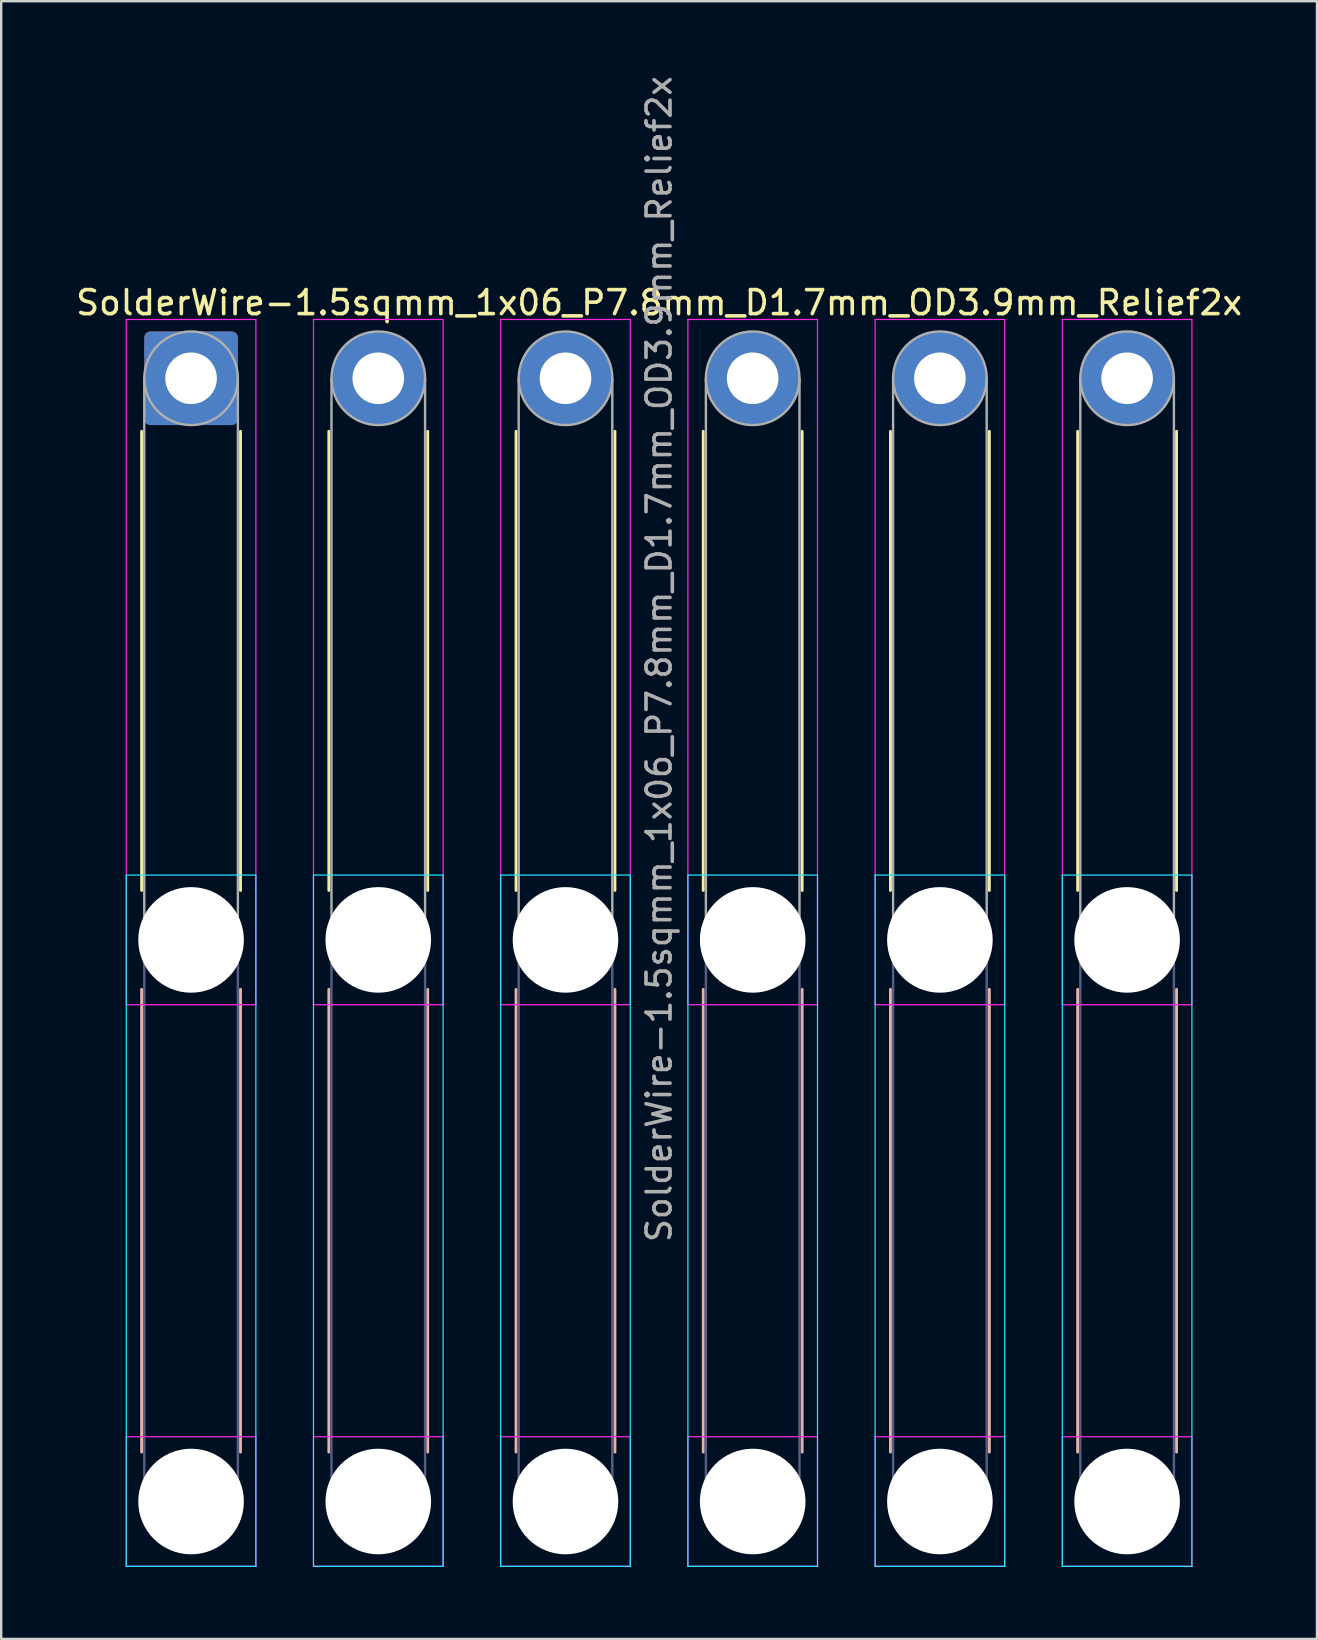
<source format=kicad_pcb>
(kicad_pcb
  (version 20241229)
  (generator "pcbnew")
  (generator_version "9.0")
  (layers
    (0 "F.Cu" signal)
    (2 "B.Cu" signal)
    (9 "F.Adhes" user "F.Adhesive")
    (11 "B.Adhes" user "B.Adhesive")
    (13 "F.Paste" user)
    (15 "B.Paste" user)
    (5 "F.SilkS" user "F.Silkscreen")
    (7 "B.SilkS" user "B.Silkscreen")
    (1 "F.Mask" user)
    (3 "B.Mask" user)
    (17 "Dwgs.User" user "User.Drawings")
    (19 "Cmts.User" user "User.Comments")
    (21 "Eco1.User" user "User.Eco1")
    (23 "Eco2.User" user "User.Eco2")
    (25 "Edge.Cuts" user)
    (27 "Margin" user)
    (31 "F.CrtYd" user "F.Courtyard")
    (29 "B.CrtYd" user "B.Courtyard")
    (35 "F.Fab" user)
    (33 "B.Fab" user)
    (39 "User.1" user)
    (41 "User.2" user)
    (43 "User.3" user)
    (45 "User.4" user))
  (footprint "SolderWire-1.5sqmm_1x06_P7.8mm_D1.7mm_OD3.9mm_Relief2x"
    (layer "F.Cu")
    (at 4.911 12.711)
    (property "Reference" "SolderWire-1.5sqmm_1x06_P7.8mm_D1.7mm_OD3.9mm_Relief2x" (at 19.5 -3.15 0) (layer "F.SilkS") (effects (font (size 1 1) (thickness 0.15))))
    (attr exclude_from_pos_files exclude_from_bom)
    (fp_line (start -2.06 2.21) (end -2.06 21.34) (stroke (width 0.12) (type solid)) (layer "F.SilkS"))
    (fp_line (start 2.06 2.21) (end 2.06 21.34) (stroke (width 0.12) (type solid)) (layer "F.SilkS"))
    (fp_line (start 5.74 2.21) (end 5.74 21.34) (stroke (width 0.12) (type solid)) (layer "F.SilkS"))
    (fp_line (start 9.86 2.21) (end 9.86 21.34) (stroke (width 0.12) (type solid)) (layer "F.SilkS"))
    (fp_line (start 13.54 2.21) (end 13.54 21.34) (stroke (width 0.12) (type solid)) (layer "F.SilkS"))
    (fp_line (start 17.66 2.21) (end 17.66 21.34) (stroke (width 0.12) (type solid)) (layer "F.SilkS"))
    (fp_line (start 21.34 2.21) (end 21.34 21.34) (stroke (width 0.12) (type solid)) (layer "F.SilkS"))
    (fp_line (start 25.46 2.21) (end 25.46 21.34) (stroke (width 0.12) (type solid)) (layer "F.SilkS"))
    (fp_line (start 29.14 2.21) (end 29.14 21.34) (stroke (width 0.12) (type solid)) (layer "F.SilkS"))
    (fp_line (start 33.26 2.21) (end 33.26 21.34) (stroke (width 0.12) (type solid)) (layer "F.SilkS"))
    (fp_line (start 36.94 2.21) (end 36.94 21.34) (stroke (width 0.12) (type solid)) (layer "F.SilkS"))
    (fp_line (start 41.06 2.21) (end 41.06 21.34) (stroke (width 0.12) (type solid)) (layer "F.SilkS"))
    (fp_line (start -2.06 25.46) (end -2.06 44.74) (stroke (width 0.12) (type solid)) (layer "B.SilkS"))
    (fp_line (start 2.06 25.46) (end 2.06 44.74) (stroke (width 0.12) (type solid)) (layer "B.SilkS"))
    (fp_line (start 5.74 25.46) (end 5.74 44.74) (stroke (width 0.12) (type solid)) (layer "B.SilkS"))
    (fp_line (start 9.86 25.46) (end 9.86 44.74) (stroke (width 0.12) (type solid)) (layer "B.SilkS"))
    (fp_line (start 13.54 25.46) (end 13.54 44.74) (stroke (width 0.12) (type solid)) (layer "B.SilkS"))
    (fp_line (start 17.66 25.46) (end 17.66 44.74) (stroke (width 0.12) (type solid)) (layer "B.SilkS"))
    (fp_line (start 21.34 25.46) (end 21.34 44.74) (stroke (width 0.12) (type solid)) (layer "B.SilkS"))
    (fp_line (start 25.46 25.46) (end 25.46 44.74) (stroke (width 0.12) (type solid)) (layer "B.SilkS"))
    (fp_line (start 29.14 25.46) (end 29.14 44.74) (stroke (width 0.12) (type solid)) (layer "B.SilkS"))
    (fp_line (start 33.26 25.46) (end 33.26 44.74) (stroke (width 0.12) (type solid)) (layer "B.SilkS"))
    (fp_line (start 36.94 25.46) (end 36.94 44.74) (stroke (width 0.12) (type solid)) (layer "B.SilkS"))
    (fp_line (start 41.06 25.46) (end 41.06 44.74) (stroke (width 0.12) (type solid)) (layer "B.SilkS"))
    (fp_line (start -2.7 20.7) (end -2.7 49.5) (stroke (width 0.05) (type solid)) (layer "B.CrtYd"))
    (fp_line (start -2.7 49.5) (end 2.7 49.5) (stroke (width 0.05) (type solid)) (layer "B.CrtYd"))
    (fp_line (start 2.7 20.7) (end -2.7 20.7) (stroke (width 0.05) (type solid)) (layer "B.CrtYd"))
    (fp_line (start 2.7 49.5) (end 2.7 20.7) (stroke (width 0.05) (type solid)) (layer "B.CrtYd"))
    (fp_line (start 5.1 20.7) (end 5.1 49.5) (stroke (width 0.05) (type solid)) (layer "B.CrtYd"))
    (fp_line (start 5.1 49.5) (end 10.5 49.5) (stroke (width 0.05) (type solid)) (layer "B.CrtYd"))
    (fp_line (start 10.5 20.7) (end 5.1 20.7) (stroke (width 0.05) (type solid)) (layer "B.CrtYd"))
    (fp_line (start 10.5 49.5) (end 10.5 20.7) (stroke (width 0.05) (type solid)) (layer "B.CrtYd"))
    (fp_line (start 12.9 20.7) (end 12.9 49.5) (stroke (width 0.05) (type solid)) (layer "B.CrtYd"))
    (fp_line (start 12.9 49.5) (end 18.3 49.5) (stroke (width 0.05) (type solid)) (layer "B.CrtYd"))
    (fp_line (start 18.3 20.7) (end 12.9 20.7) (stroke (width 0.05) (type solid)) (layer "B.CrtYd"))
    (fp_line (start 18.3 49.5) (end 18.3 20.7) (stroke (width 0.05) (type solid)) (layer "B.CrtYd"))
    (fp_line (start 20.7 20.7) (end 20.7 49.5) (stroke (width 0.05) (type solid)) (layer "B.CrtYd"))
    (fp_line (start 20.7 49.5) (end 26.1 49.5) (stroke (width 0.05) (type solid)) (layer "B.CrtYd"))
    (fp_line (start 26.1 20.7) (end 20.7 20.7) (stroke (width 0.05) (type solid)) (layer "B.CrtYd"))
    (fp_line (start 26.1 49.5) (end 26.1 20.7) (stroke (width 0.05) (type solid)) (layer "B.CrtYd"))
    (fp_line (start 28.5 20.7) (end 28.5 49.5) (stroke (width 0.05) (type solid)) (layer "B.CrtYd"))
    (fp_line (start 28.5 49.5) (end 33.9 49.5) (stroke (width 0.05) (type solid)) (layer "B.CrtYd"))
    (fp_line (start 33.9 20.7) (end 28.5 20.7) (stroke (width 0.05) (type solid)) (layer "B.CrtYd"))
    (fp_line (start 33.9 49.5) (end 33.9 20.7) (stroke (width 0.05) (type solid)) (layer "B.CrtYd"))
    (fp_line (start 36.3 20.7) (end 36.3 49.5) (stroke (width 0.05) (type solid)) (layer "B.CrtYd"))
    (fp_line (start 36.3 49.5) (end 41.7 49.5) (stroke (width 0.05) (type solid)) (layer "B.CrtYd"))
    (fp_line (start 41.7 20.7) (end 36.3 20.7) (stroke (width 0.05) (type solid)) (layer "B.CrtYd"))
    (fp_line (start 41.7 49.5) (end 41.7 20.7) (stroke (width 0.05) (type solid)) (layer "B.CrtYd"))
    (fp_line (start -2.7 -2.45) (end -2.7 26.1) (stroke (width 0.05) (type solid)) (layer "F.CrtYd"))
    (fp_line (start -2.7 26.1) (end 2.7 26.1) (stroke (width 0.05) (type solid)) (layer "F.CrtYd"))
    (fp_line (start -2.7 44.1) (end -2.7 49.5) (stroke (width 0.05) (type solid)) (layer "F.CrtYd"))
    (fp_line (start -2.7 49.5) (end 2.7 49.5) (stroke (width 0.05) (type solid)) (layer "F.CrtYd"))
    (fp_line (start 2.7 -2.45) (end -2.7 -2.45) (stroke (width 0.05) (type solid)) (layer "F.CrtYd"))
    (fp_line (start 2.7 26.1) (end 2.7 -2.45) (stroke (width 0.05) (type solid)) (layer "F.CrtYd"))
    (fp_line (start 2.7 44.1) (end -2.7 44.1) (stroke (width 0.05) (type solid)) (layer "F.CrtYd"))
    (fp_line (start 2.7 49.5) (end 2.7 44.1) (stroke (width 0.05) (type solid)) (layer "F.CrtYd"))
    (fp_line (start 5.1 -2.45) (end 5.1 26.1) (stroke (width 0.05) (type solid)) (layer "F.CrtYd"))
    (fp_line (start 5.1 26.1) (end 10.5 26.1) (stroke (width 0.05) (type solid)) (layer "F.CrtYd"))
    (fp_line (start 5.1 44.1) (end 5.1 49.5) (stroke (width 0.05) (type solid)) (layer "F.CrtYd"))
    (fp_line (start 5.1 49.5) (end 10.5 49.5) (stroke (width 0.05) (type solid)) (layer "F.CrtYd"))
    (fp_line (start 10.5 -2.45) (end 5.1 -2.45) (stroke (width 0.05) (type solid)) (layer "F.CrtYd"))
    (fp_line (start 10.5 26.1) (end 10.5 -2.45) (stroke (width 0.05) (type solid)) (layer "F.CrtYd"))
    (fp_line (start 10.5 44.1) (end 5.1 44.1) (stroke (width 0.05) (type solid)) (layer "F.CrtYd"))
    (fp_line (start 10.5 49.5) (end 10.5 44.1) (stroke (width 0.05) (type solid)) (layer "F.CrtYd"))
    (fp_line (start 12.9 -2.45) (end 12.9 26.1) (stroke (width 0.05) (type solid)) (layer "F.CrtYd"))
    (fp_line (start 12.9 26.1) (end 18.3 26.1) (stroke (width 0.05) (type solid)) (layer "F.CrtYd"))
    (fp_line (start 12.9 44.1) (end 12.9 49.5) (stroke (width 0.05) (type solid)) (layer "F.CrtYd"))
    (fp_line (start 12.9 49.5) (end 18.3 49.5) (stroke (width 0.05) (type solid)) (layer "F.CrtYd"))
    (fp_line (start 18.3 -2.45) (end 12.9 -2.45) (stroke (width 0.05) (type solid)) (layer "F.CrtYd"))
    (fp_line (start 18.3 26.1) (end 18.3 -2.45) (stroke (width 0.05) (type solid)) (layer "F.CrtYd"))
    (fp_line (start 18.3 44.1) (end 12.9 44.1) (stroke (width 0.05) (type solid)) (layer "F.CrtYd"))
    (fp_line (start 18.3 49.5) (end 18.3 44.1) (stroke (width 0.05) (type solid)) (layer "F.CrtYd"))
    (fp_line (start 20.7 -2.45) (end 20.7 26.1) (stroke (width 0.05) (type solid)) (layer "F.CrtYd"))
    (fp_line (start 20.7 26.1) (end 26.1 26.1) (stroke (width 0.05) (type solid)) (layer "F.CrtYd"))
    (fp_line (start 20.7 44.1) (end 20.7 49.5) (stroke (width 0.05) (type solid)) (layer "F.CrtYd"))
    (fp_line (start 20.7 49.5) (end 26.1 49.5) (stroke (width 0.05) (type solid)) (layer "F.CrtYd"))
    (fp_line (start 26.1 -2.45) (end 20.7 -2.45) (stroke (width 0.05) (type solid)) (layer "F.CrtYd"))
    (fp_line (start 26.1 26.1) (end 26.1 -2.45) (stroke (width 0.05) (type solid)) (layer "F.CrtYd"))
    (fp_line (start 26.1 44.1) (end 20.7 44.1) (stroke (width 0.05) (type solid)) (layer "F.CrtYd"))
    (fp_line (start 26.1 49.5) (end 26.1 44.1) (stroke (width 0.05) (type solid)) (layer "F.CrtYd"))
    (fp_line (start 28.5 -2.45) (end 28.5 26.1) (stroke (width 0.05) (type solid)) (layer "F.CrtYd"))
    (fp_line (start 28.5 26.1) (end 33.9 26.1) (stroke (width 0.05) (type solid)) (layer "F.CrtYd"))
    (fp_line (start 28.5 44.1) (end 28.5 49.5) (stroke (width 0.05) (type solid)) (layer "F.CrtYd"))
    (fp_line (start 28.5 49.5) (end 33.9 49.5) (stroke (width 0.05) (type solid)) (layer "F.CrtYd"))
    (fp_line (start 33.9 -2.45) (end 28.5 -2.45) (stroke (width 0.05) (type solid)) (layer "F.CrtYd"))
    (fp_line (start 33.9 26.1) (end 33.9 -2.45) (stroke (width 0.05) (type solid)) (layer "F.CrtYd"))
    (fp_line (start 33.9 44.1) (end 28.5 44.1) (stroke (width 0.05) (type solid)) (layer "F.CrtYd"))
    (fp_line (start 33.9 49.5) (end 33.9 44.1) (stroke (width 0.05) (type solid)) (layer "F.CrtYd"))
    (fp_line (start 36.3 -2.45) (end 36.3 26.1) (stroke (width 0.05) (type solid)) (layer "F.CrtYd"))
    (fp_line (start 36.3 26.1) (end 41.7 26.1) (stroke (width 0.05) (type solid)) (layer "F.CrtYd"))
    (fp_line (start 36.3 44.1) (end 36.3 49.5) (stroke (width 0.05) (type solid)) (layer "F.CrtYd"))
    (fp_line (start 36.3 49.5) (end 41.7 49.5) (stroke (width 0.05) (type solid)) (layer "F.CrtYd"))
    (fp_line (start 41.7 -2.45) (end 36.3 -2.45) (stroke (width 0.05) (type solid)) (layer "F.CrtYd"))
    (fp_line (start 41.7 26.1) (end 41.7 -2.45) (stroke (width 0.05) (type solid)) (layer "F.CrtYd"))
    (fp_line (start 41.7 44.1) (end 36.3 44.1) (stroke (width 0.05) (type solid)) (layer "F.CrtYd"))
    (fp_line (start 41.7 49.5) (end 41.7 44.1) (stroke (width 0.05) (type solid)) (layer "F.CrtYd"))
    (fp_line (start -1.95 23.4) (end -1.95 46.8) (stroke (width 0.1) (type solid)) (layer "B.Fab"))
    (fp_line (start 1.95 23.4) (end 1.95 46.8) (stroke (width 0.1) (type solid)) (layer "B.Fab"))
    (fp_line (start 5.85 23.4) (end 5.85 46.8) (stroke (width 0.1) (type solid)) (layer "B.Fab"))
    (fp_line (start 9.75 23.4) (end 9.75 46.8) (stroke (width 0.1) (type solid)) (layer "B.Fab"))
    (fp_line (start 13.65 23.4) (end 13.65 46.8) (stroke (width 0.1) (type solid)) (layer "B.Fab"))
    (fp_line (start 17.55 23.4) (end 17.55 46.8) (stroke (width 0.1) (type solid)) (layer "B.Fab"))
    (fp_line (start 21.45 23.4) (end 21.45 46.8) (stroke (width 0.1) (type solid)) (layer "B.Fab"))
    (fp_line (start 25.35 23.4) (end 25.35 46.8) (stroke (width 0.1) (type solid)) (layer "B.Fab"))
    (fp_line (start 29.25 23.4) (end 29.25 46.8) (stroke (width 0.1) (type solid)) (layer "B.Fab"))
    (fp_line (start 33.15 23.4) (end 33.15 46.8) (stroke (width 0.1) (type solid)) (layer "B.Fab"))
    (fp_line (start 37.05 23.4) (end 37.05 46.8) (stroke (width 0.1) (type solid)) (layer "B.Fab"))
    (fp_line (start 40.95 23.4) (end 40.95 46.8) (stroke (width 0.1) (type solid)) (layer "B.Fab"))
    (fp_circle (center 0 23.4) (end 1.95 23.4) (stroke (width 0.1) (type solid)) (fill no) (layer "B.Fab"))
    (fp_circle (center 0 46.8) (end 1.95 46.8) (stroke (width 0.1) (type solid)) (fill no) (layer "B.Fab"))
    (fp_circle (center 7.8 23.4) (end 9.75 23.4) (stroke (width 0.1) (type solid)) (fill no) (layer "B.Fab"))
    (fp_circle (center 7.8 46.8) (end 9.75 46.8) (stroke (width 0.1) (type solid)) (fill no) (layer "B.Fab"))
    (fp_circle (center 15.6 23.4) (end 17.55 23.4) (stroke (width 0.1) (type solid)) (fill no) (layer "B.Fab"))
    (fp_circle (center 15.6 46.8) (end 17.55 46.8) (stroke (width 0.1) (type solid)) (fill no) (layer "B.Fab"))
    (fp_circle (center 23.4 23.4) (end 25.35 23.4) (stroke (width 0.1) (type solid)) (fill no) (layer "B.Fab"))
    (fp_circle (center 23.4 46.8) (end 25.35 46.8) (stroke (width 0.1) (type solid)) (fill no) (layer "B.Fab"))
    (fp_circle (center 31.2 23.4) (end 33.15 23.4) (stroke (width 0.1) (type solid)) (fill no) (layer "B.Fab"))
    (fp_circle (center 31.2 46.8) (end 33.15 46.8) (stroke (width 0.1) (type solid)) (fill no) (layer "B.Fab"))
    (fp_circle (center 39 23.4) (end 40.95 23.4) (stroke (width 0.1) (type solid)) (fill no) (layer "B.Fab"))
    (fp_circle (center 39 46.8) (end 40.95 46.8) (stroke (width 0.1) (type solid)) (fill no) (layer "B.Fab"))
    (fp_line (start -1.95 0) (end -1.95 23.4) (stroke (width 0.1) (type solid)) (layer "F.Fab"))
    (fp_line (start 1.95 0) (end 1.95 23.4) (stroke (width 0.1) (type solid)) (layer "F.Fab"))
    (fp_line (start 5.85 0) (end 5.85 23.4) (stroke (width 0.1) (type solid)) (layer "F.Fab"))
    (fp_line (start 9.75 0) (end 9.75 23.4) (stroke (width 0.1) (type solid)) (layer "F.Fab"))
    (fp_line (start 13.65 0) (end 13.65 23.4) (stroke (width 0.1) (type solid)) (layer "F.Fab"))
    (fp_line (start 17.55 0) (end 17.55 23.4) (stroke (width 0.1) (type solid)) (layer "F.Fab"))
    (fp_line (start 21.45 0) (end 21.45 23.4) (stroke (width 0.1) (type solid)) (layer "F.Fab"))
    (fp_line (start 25.35 0) (end 25.35 23.4) (stroke (width 0.1) (type solid)) (layer "F.Fab"))
    (fp_line (start 29.25 0) (end 29.25 23.4) (stroke (width 0.1) (type solid)) (layer "F.Fab"))
    (fp_line (start 33.15 0) (end 33.15 23.4) (stroke (width 0.1) (type solid)) (layer "F.Fab"))
    (fp_line (start 37.05 0) (end 37.05 23.4) (stroke (width 0.1) (type solid)) (layer "F.Fab"))
    (fp_line (start 40.95 0) (end 40.95 23.4) (stroke (width 0.1) (type solid)) (layer "F.Fab"))
    (fp_circle (center 0 0) (end 1.95 0) (stroke (width 0.1) (type solid)) (fill no) (layer "F.Fab"))
    (fp_circle (center 0 23.4) (end 1.95 23.4) (stroke (width 0.1) (type solid)) (fill no) (layer "F.Fab"))
    (fp_circle (center 0 46.8) (end 1.95 46.8) (stroke (width 0.1) (type solid)) (fill no) (layer "F.Fab"))
    (fp_circle (center 7.8 0) (end 9.75 0) (stroke (width 0.1) (type solid)) (fill no) (layer "F.Fab"))
    (fp_circle (center 7.8 23.4) (end 9.75 23.4) (stroke (width 0.1) (type solid)) (fill no) (layer "F.Fab"))
    (fp_circle (center 7.8 46.8) (end 9.75 46.8) (stroke (width 0.1) (type solid)) (fill no) (layer "F.Fab"))
    (fp_circle (center 15.6 0) (end 17.55 0) (stroke (width 0.1) (type solid)) (fill no) (layer "F.Fab"))
    (fp_circle (center 15.6 23.4) (end 17.55 23.4) (stroke (width 0.1) (type solid)) (fill no) (layer "F.Fab"))
    (fp_circle (center 15.6 46.8) (end 17.55 46.8) (stroke (width 0.1) (type solid)) (fill no) (layer "F.Fab"))
    (fp_circle (center 23.4 0) (end 25.35 0) (stroke (width 0.1) (type solid)) (fill no) (layer "F.Fab"))
    (fp_circle (center 23.4 23.4) (end 25.35 23.4) (stroke (width 0.1) (type solid)) (fill no) (layer "F.Fab"))
    (fp_circle (center 23.4 46.8) (end 25.35 46.8) (stroke (width 0.1) (type solid)) (fill no) (layer "F.Fab"))
    (fp_circle (center 31.2 0) (end 33.15 0) (stroke (width 0.1) (type solid)) (fill no) (layer "F.Fab"))
    (fp_circle (center 31.2 23.4) (end 33.15 23.4) (stroke (width 0.1) (type solid)) (fill no) (layer "F.Fab"))
    (fp_circle (center 31.2 46.8) (end 33.15 46.8) (stroke (width 0.1) (type solid)) (fill no) (layer "F.Fab"))
    (fp_circle (center 39 0) (end 40.95 0) (stroke (width 0.1) (type solid)) (fill no) (layer "F.Fab"))
    (fp_circle (center 39 23.4) (end 40.95 23.4) (stroke (width 0.1) (type solid)) (fill no) (layer "F.Fab"))
    (fp_circle (center 39 46.8) (end 40.95 46.8) (stroke (width 0.1) (type solid)) (fill no) (layer "F.Fab"))
    (fp_text user "${REFERENCE}" (at 19.5 11.7 90) (layer "F.Fab") (effects (font (size 1 1) (thickness 0.15))))
    (pad "" np_thru_hole circle (at 0 23.4) (size 4.4 4.4) (drill 4.4) (layers "*.Cu" "*.Mask"))
    (pad "" np_thru_hole circle (at 0 46.8) (size 4.4 4.4) (drill 4.4) (layers "*.Cu" "*.Mask"))
    (pad "" np_thru_hole circle (at 7.8 23.4) (size 4.4 4.4) (drill 4.4) (layers "*.Cu" "*.Mask"))
    (pad "" np_thru_hole circle (at 7.8 46.8) (size 4.4 4.4) (drill 4.4) (layers "*.Cu" "*.Mask"))
    (pad "" np_thru_hole circle (at 15.6 23.4) (size 4.4 4.4) (drill 4.4) (layers "*.Cu" "*.Mask"))
    (pad "" np_thru_hole circle (at 15.6 46.8) (size 4.4 4.4) (drill 4.4) (layers "*.Cu" "*.Mask"))
    (pad "" np_thru_hole circle (at 23.4 23.4) (size 4.4 4.4) (drill 4.4) (layers "*.Cu" "*.Mask"))
    (pad "" np_thru_hole circle (at 23.4 46.8) (size 4.4 4.4) (drill 4.4) (layers "*.Cu" "*.Mask"))
    (pad "" np_thru_hole circle (at 31.2 23.4) (size 4.4 4.4) (drill 4.4) (layers "*.Cu" "*.Mask"))
    (pad "" np_thru_hole circle (at 31.2 46.8) (size 4.4 4.4) (drill 4.4) (layers "*.Cu" "*.Mask"))
    (pad "" np_thru_hole circle (at 39 23.4) (size 4.4 4.4) (drill 4.4) (layers "*.Cu" "*.Mask"))
    (pad "" np_thru_hole circle (at 39 46.8) (size 4.4 4.4) (drill 4.4) (layers "*.Cu" "*.Mask"))
    (pad "1" thru_hole roundrect (at 0 0) (size 3.9 3.9) (drill 2.15) (layers "*.Cu" "*.Mask") (roundrect_rratio 0.064))
    (pad "2" thru_hole circle (at 7.8 0) (size 3.9 3.9) (drill 2.15) (layers "*.Cu" "*.Mask"))
    (pad "3" thru_hole circle (at 15.6 0) (size 3.9 3.9) (drill 2.15) (layers "*.Cu" "*.Mask"))
    (pad "4" thru_hole circle (at 23.4 0) (size 3.9 3.9) (drill 2.15) (layers "*.Cu" "*.Mask"))
    (pad "5" thru_hole circle (at 31.2 0) (size 3.9 3.9) (drill 2.15) (layers "*.Cu" "*.Mask"))
    (pad "6" thru_hole circle (at 39 0) (size 3.9 3.9) (drill 2.15) (layers "*.Cu" "*.Mask")))
  (gr_rect
    (start -3 -3)
    (end 51.821 65.236)
    (stroke (width 0.1) (type default))
    (fill no)
    (layer "Edge.Cuts")))
</source>
